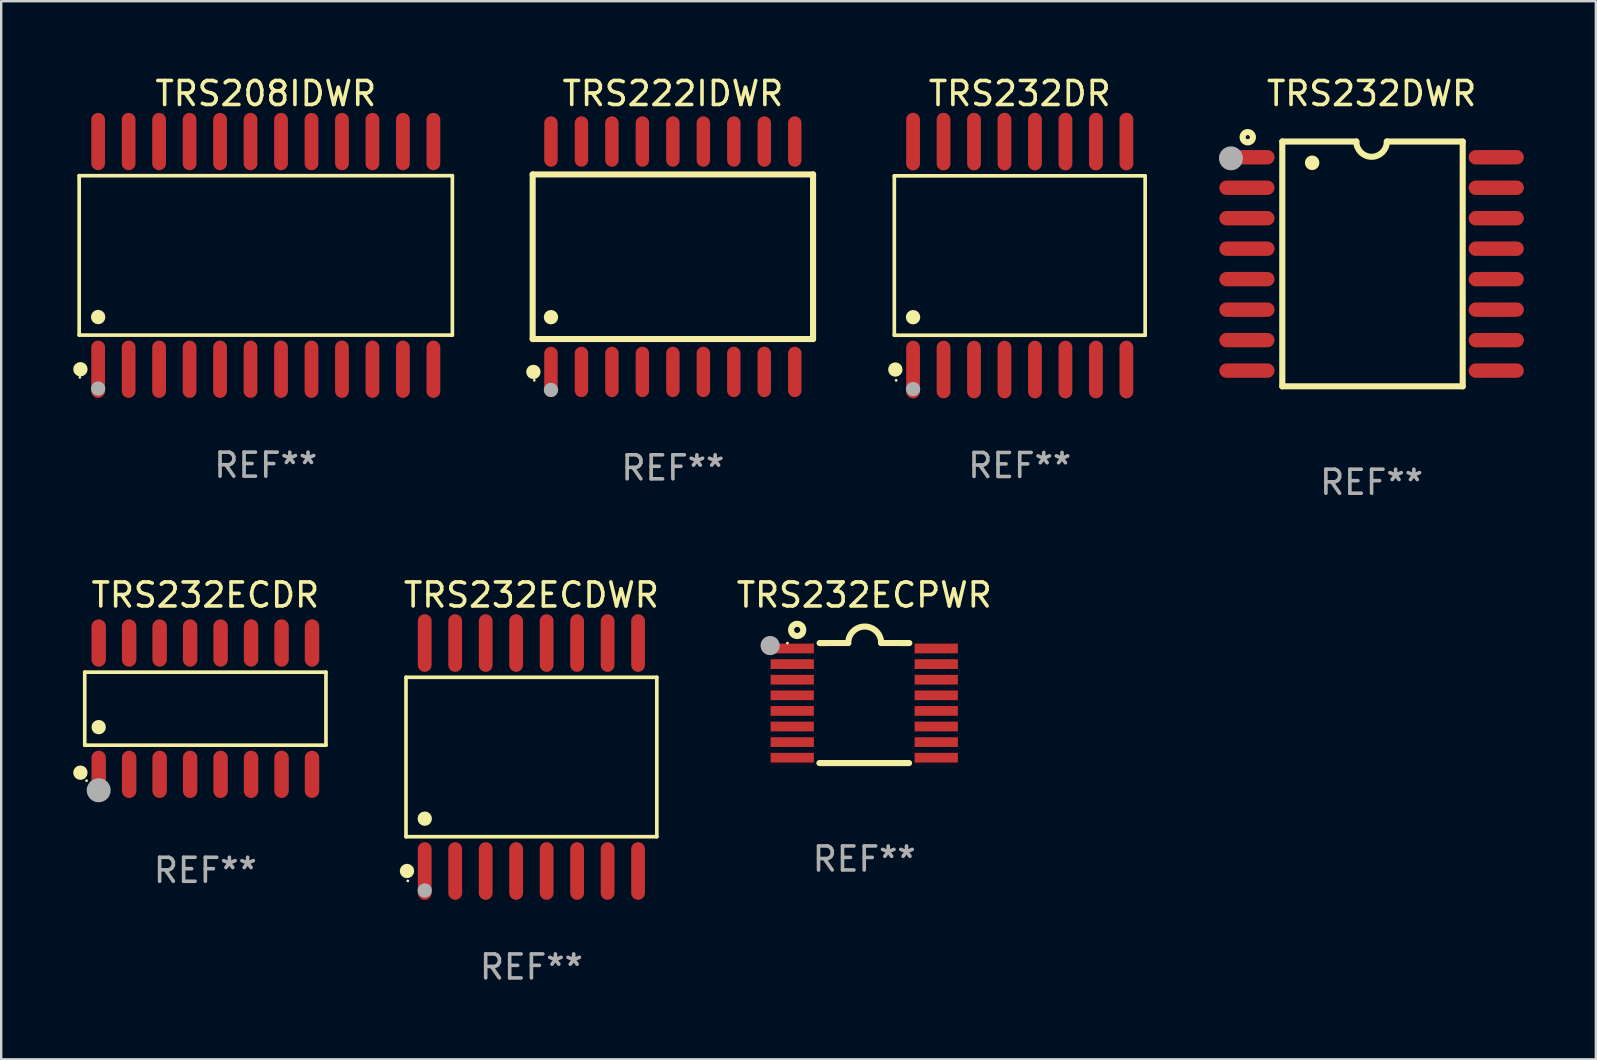
<source format=kicad_pcb>
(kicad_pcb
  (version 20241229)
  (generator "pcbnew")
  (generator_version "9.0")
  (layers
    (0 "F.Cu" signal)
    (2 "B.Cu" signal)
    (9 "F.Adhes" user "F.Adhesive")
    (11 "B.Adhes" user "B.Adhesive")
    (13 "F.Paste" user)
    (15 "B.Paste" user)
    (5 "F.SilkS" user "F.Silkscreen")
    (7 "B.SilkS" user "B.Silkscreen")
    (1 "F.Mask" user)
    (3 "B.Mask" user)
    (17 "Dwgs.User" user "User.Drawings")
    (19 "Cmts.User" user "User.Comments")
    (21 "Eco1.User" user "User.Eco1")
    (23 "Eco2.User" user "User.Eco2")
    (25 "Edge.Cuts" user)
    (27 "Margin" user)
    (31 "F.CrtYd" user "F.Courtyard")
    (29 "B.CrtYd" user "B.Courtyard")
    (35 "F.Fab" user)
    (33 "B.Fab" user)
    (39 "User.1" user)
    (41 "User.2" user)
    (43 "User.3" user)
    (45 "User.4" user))
  (footprint "TRS232DWR"
    (layer "F.Cu")
    (at 54.105 7.948)
    (property "Reference" "TRS232DWR" (at 0 -7.1 0) (layer "F.SilkS") (effects (font (size 1 1) (thickness 0.15))))
    (attr through_hole)
    (fp_line (start -3.721 -5.1) (end -3.721 5.1) (stroke (width 0.254) (type solid)) (layer "F.SilkS"))
    (fp_line (start -3.721 -5.1) (end -0.635 -5.1) (stroke (width 0.254) (type solid)) (layer "F.SilkS"))
    (fp_line (start -3.721 5.1) (end 3.797 5.1) (stroke (width 0.254) (type solid)) (layer "F.SilkS"))
    (fp_line (start 3.797 -5.1) (end 0.635 -5.1) (stroke (width 0.254) (type solid)) (layer "F.SilkS"))
    (fp_line (start 3.797 5.1) (end 3.797 -5.1) (stroke (width 0.254) (type solid)) (layer "F.SilkS"))
    (fp_arc (start -2.476556 -4.211328) (mid -2.476567 -4.213868) (end -2.476556 -4.216408) (stroke (width 0.6) (type solid)) (layer "F.SilkS"))
    (fp_arc (start 0.63495 -5.100076) (mid -0.000178 -4.465329) (end -0.635052 -5.10033) (stroke (width 0.254001) (type solid)) (layer "F.SilkS"))
    (fp_circle (center -5.16 -5.28) (end -4.945 -5.28) (stroke (width 0.254) (type solid)) (fill no) (layer "F.SilkS"))
    (fp_circle (center -5.15 -5.15) (end -5.12 -5.15) (stroke (width 0.06) (type solid)) (fill no) (layer "F.SilkS"))
    (fp_circle (center -5.86 -4.4) (end -5.61 -4.4) (stroke (width 0.5) (type solid)) (fill no) (layer "F.Fab"))
    (fp_text user "REF**" (at 0 9.1 0) (layer "F.Fab") (effects (font (size 1 1) (thickness 0.15))))
    (pad "1" smd oval (at -5.194 -4.445) (size 2.3 0.6) (layers "F.Cu" "F.Mask" "F.Paste"))
    (pad "2" smd oval (at -5.194 -3.175) (size 2.3 0.6) (layers "F.Cu" "F.Mask" "F.Paste"))
    (pad "3" smd oval (at -5.194 -1.905) (size 2.3 0.6) (layers "F.Cu" "F.Mask" "F.Paste"))
    (pad "4" smd oval (at -5.194 -0.635) (size 2.3 0.6) (layers "F.Cu" "F.Mask" "F.Paste"))
    (pad "5" smd oval (at -5.194 0.635) (size 2.3 0.6) (layers "F.Cu" "F.Mask" "F.Paste"))
    (pad "6" smd oval (at -5.194 1.905) (size 2.3 0.6) (layers "F.Cu" "F.Mask" "F.Paste"))
    (pad "7" smd oval (at -5.194 3.175) (size 2.3 0.6) (layers "F.Cu" "F.Mask" "F.Paste"))
    (pad "8" smd oval (at -5.194 4.445) (size 2.3 0.6) (layers "F.Cu" "F.Mask" "F.Paste"))
    (pad "9" smd oval (at 5.194 4.445) (size 2.3 0.6) (layers "F.Cu" "F.Mask" "F.Paste"))
    (pad "10" smd oval (at 5.194 3.175) (size 2.3 0.6) (layers "F.Cu" "F.Mask" "F.Paste"))
    (pad "11" smd oval (at 5.194 1.905) (size 2.3 0.6) (layers "F.Cu" "F.Mask" "F.Paste"))
    (pad "12" smd oval (at 5.194 0.635) (size 2.3 0.6) (layers "F.Cu" "F.Mask" "F.Paste"))
    (pad "13" smd oval (at 5.194 -0.635) (size 2.3 0.6) (layers "F.Cu" "F.Mask" "F.Paste"))
    (pad "14" smd oval (at 5.194 -1.905) (size 2.3 0.6) (layers "F.Cu" "F.Mask" "F.Paste"))
    (pad "15" smd oval (at 5.194 -3.175) (size 2.3 0.6) (layers "F.Cu" "F.Mask" "F.Paste"))
    (pad "16" smd oval (at 5.194 -4.445) (size 2.3 0.6) (layers "F.Cu" "F.Mask" "F.Paste")))
  (footprint "TRS208IDWR"
    (layer "F.Cu")
    (at 8.025 7.592)
    (property "Reference" "TRS208IDWR" (at 0 -6.744 0) (layer "F.SilkS") (effects (font (size 1 1) (thickness 0.15))))
    (attr through_hole)
    (fp_line (start -7.776 -3.321) (end 7.776 -3.321) (stroke (width 0.152) (type solid)) (layer "F.SilkS"))
    (fp_line (start -7.776 3.321) (end -7.776 -3.321) (stroke (width 0.152) (type solid)) (layer "F.SilkS"))
    (fp_line (start 7.776 -3.321) (end 7.776 3.321) (stroke (width 0.152) (type solid)) (layer "F.SilkS"))
    (fp_line (start 7.776 3.321) (end -7.776 3.321) (stroke (width 0.152) (type solid)) (layer "F.SilkS"))
    (fp_circle (center -7.747 5.08) (end -7.717 5.08) (stroke (width 0.06) (type solid)) (fill no) (layer "F.SilkS"))
    (fp_circle (center -7.724 4.744) (end -7.574 4.744) (stroke (width 0.3) (type solid)) (fill no) (layer "F.SilkS"))
    (fp_circle (center -6.985 2.569) (end -6.835 2.569) (stroke (width 0.3) (type solid)) (fill no) (layer "F.SilkS"))
    (fp_circle (center -6.985 5.55) (end -6.835 5.55) (stroke (width 0.3) (type solid)) (fill no) (layer "F.Fab"))
    (fp_text user "REF**" (at 0 8.744 0) (layer "F.Fab") (effects (font (size 1 1) (thickness 0.15))))
    (pad "1" smd oval (at -6.985 4.744) (size 0.574 2.388) (layers "F.Cu" "F.Mask" "F.Paste"))
    (pad "2" smd oval (at -5.715 4.744) (size 0.574 2.388) (layers "F.Cu" "F.Mask" "F.Paste"))
    (pad "3" smd oval (at -4.445 4.744) (size 0.574 2.388) (layers "F.Cu" "F.Mask" "F.Paste"))
    (pad "4" smd oval (at -3.175 4.744) (size 0.574 2.388) (layers "F.Cu" "F.Mask" "F.Paste"))
    (pad "5" smd oval (at -1.905 4.744) (size 0.574 2.388) (layers "F.Cu" "F.Mask" "F.Paste"))
    (pad "6" smd oval (at -0.635 4.744) (size 0.574 2.388) (layers "F.Cu" "F.Mask" "F.Paste"))
    (pad "7" smd oval (at 0.635 4.744) (size 0.574 2.388) (layers "F.Cu" "F.Mask" "F.Paste"))
    (pad "8" smd oval (at 1.905 4.744) (size 0.574 2.388) (layers "F.Cu" "F.Mask" "F.Paste"))
    (pad "9" smd oval (at 3.175 4.744) (size 0.574 2.388) (layers "F.Cu" "F.Mask" "F.Paste"))
    (pad "10" smd oval (at 4.445 4.744) (size 0.574 2.388) (layers "F.Cu" "F.Mask" "F.Paste"))
    (pad "11" smd oval (at 5.715 4.744) (size 0.574 2.388) (layers "F.Cu" "F.Mask" "F.Paste"))
    (pad "12" smd oval (at 6.985 4.744) (size 0.574 2.388) (layers "F.Cu" "F.Mask" "F.Paste"))
    (pad "13" smd oval (at 6.985 -4.744) (size 0.574 2.388) (layers "F.Cu" "F.Mask" "F.Paste"))
    (pad "14" smd oval (at 5.715 -4.744) (size 0.574 2.388) (layers "F.Cu" "F.Mask" "F.Paste"))
    (pad "15" smd oval (at 4.445 -4.744) (size 0.574 2.388) (layers "F.Cu" "F.Mask" "F.Paste"))
    (pad "16" smd oval (at 3.175 -4.744) (size 0.574 2.388) (layers "F.Cu" "F.Mask" "F.Paste"))
    (pad "17" smd oval (at 1.905 -4.744) (size 0.574 2.388) (layers "F.Cu" "F.Mask" "F.Paste"))
    (pad "18" smd oval (at 0.635 -4.744) (size 0.574 2.388) (layers "F.Cu" "F.Mask" "F.Paste"))
    (pad "19" smd oval (at -0.635 -4.744) (size 0.574 2.388) (layers "F.Cu" "F.Mask" "F.Paste"))
    (pad "20" smd oval (at -1.905 -4.744) (size 0.574 2.388) (layers "F.Cu" "F.Mask" "F.Paste"))
    (pad "21" smd oval (at -3.175 -4.744) (size 0.574 2.388) (layers "F.Cu" "F.Mask" "F.Paste"))
    (pad "22" smd oval (at -4.445 -4.744) (size 0.574 2.388) (layers "F.Cu" "F.Mask" "F.Paste"))
    (pad "23" smd oval (at -5.715 -4.744) (size 0.574 2.388) (layers "F.Cu" "F.Mask" "F.Paste"))
    (pad "24" smd oval (at -6.985 -4.744) (size 0.574 2.388) (layers "F.Cu" "F.Mask" "F.Paste")))
  (footprint "TRS232DR"
    (layer "F.Cu")
    (at 39.443 7.599)
    (property "Reference" "TRS232DR" (at 0 -6.75 0) (layer "F.SilkS") (effects (font (size 1 1) (thickness 0.15))))
    (attr through_hole)
    (fp_line (start -5.226 -3.321) (end 5.226 -3.321) (stroke (width 0.152) (type solid)) (layer "F.SilkS"))
    (fp_line (start -5.226 3.321) (end -5.226 -3.321) (stroke (width 0.152) (type solid)) (layer "F.SilkS"))
    (fp_line (start 5.226 -3.321) (end 5.226 3.321) (stroke (width 0.152) (type solid)) (layer "F.SilkS"))
    (fp_line (start 5.226 3.321) (end -5.226 3.321) (stroke (width 0.152) (type solid)) (layer "F.SilkS"))
    (fp_circle (center -5.184 4.75) (end -5.034 4.75) (stroke (width 0.3) (type solid)) (fill no) (layer "F.SilkS"))
    (fp_circle (center -5.15 5.2) (end -5.12 5.2) (stroke (width 0.06) (type solid)) (fill no) (layer "F.SilkS"))
    (fp_circle (center -4.445 2.569) (end -4.295 2.569) (stroke (width 0.3) (type solid)) (fill no) (layer "F.SilkS"))
    (fp_circle (center -4.445 5.563) (end -4.295 5.563) (stroke (width 0.3) (type solid)) (fill no) (layer "F.Fab"))
    (fp_text user "REF**" (at 0 8.75 0) (layer "F.Fab") (effects (font (size 1 1) (thickness 0.15))))
    (pad "1" smd oval (at -4.445 4.75) (size 0.574 2.401) (layers "F.Cu" "F.Mask" "F.Paste"))
    (pad "2" smd oval (at -3.175 4.75) (size 0.574 2.401) (layers "F.Cu" "F.Mask" "F.Paste"))
    (pad "3" smd oval (at -1.905 4.75) (size 0.574 2.401) (layers "F.Cu" "F.Mask" "F.Paste"))
    (pad "4" smd oval (at -0.635 4.75) (size 0.574 2.401) (layers "F.Cu" "F.Mask" "F.Paste"))
    (pad "5" smd oval (at 0.635 4.75) (size 0.574 2.401) (layers "F.Cu" "F.Mask" "F.Paste"))
    (pad "6" smd oval (at 1.905 4.75) (size 0.574 2.401) (layers "F.Cu" "F.Mask" "F.Paste"))
    (pad "7" smd oval (at 3.175 4.75) (size 0.574 2.401) (layers "F.Cu" "F.Mask" "F.Paste"))
    (pad "8" smd oval (at 4.445 4.75) (size 0.574 2.401) (layers "F.Cu" "F.Mask" "F.Paste"))
    (pad "9" smd oval (at 4.445 -4.75) (size 0.574 2.401) (layers "F.Cu" "F.Mask" "F.Paste"))
    (pad "10" smd oval (at 3.175 -4.75) (size 0.574 2.401) (layers "F.Cu" "F.Mask" "F.Paste"))
    (pad "11" smd oval (at 1.905 -4.75) (size 0.574 2.401) (layers "F.Cu" "F.Mask" "F.Paste"))
    (pad "12" smd oval (at 0.635 -4.75) (size 0.574 2.401) (layers "F.Cu" "F.Mask" "F.Paste"))
    (pad "13" smd oval (at -0.635 -4.75) (size 0.574 2.401) (layers "F.Cu" "F.Mask" "F.Paste"))
    (pad "14" smd oval (at -1.905 -4.75) (size 0.574 2.401) (layers "F.Cu" "F.Mask" "F.Paste"))
    (pad "15" smd oval (at -3.175 -4.75) (size 0.574 2.401) (layers "F.Cu" "F.Mask" "F.Paste"))
    (pad "16" smd oval (at -4.445 -4.75) (size 0.574 2.401) (layers "F.Cu" "F.Mask" "F.Paste")))
  (footprint "TRS222IDWR"
    (layer "F.Cu")
    (at 24.989 7.648)
    (property "Reference" "TRS222IDWR" (at 0 -6.8 0) (layer "F.SilkS") (effects (font (size 1 1) (thickness 0.15))))
    (attr through_hole)
    (fp_line (start -5.842 -3.429) (end -5.842 3.429) (stroke (width 0.254) (type solid)) (layer "F.SilkS"))
    (fp_line (start -5.842 3.429) (end 5.842 3.429) (stroke (width 0.254) (type solid)) (layer "F.SilkS"))
    (fp_line (start 5.842 -3.429) (end -5.842 -3.429) (stroke (width 0.254) (type solid)) (layer "F.SilkS"))
    (fp_line (start 5.842 3.429) (end 5.842 -3.429) (stroke (width 0.254) (type solid)) (layer "F.SilkS"))
    (fp_circle (center -5.812 4.8) (end -5.662 4.8) (stroke (width 0.3) (type solid)) (fill no) (layer "F.SilkS"))
    (fp_circle (center -5.775 5.15) (end -5.745 5.15) (stroke (width 0.06) (type solid)) (fill no) (layer "F.SilkS"))
    (fp_circle (center -5.08 2.519) (end -4.93 2.519) (stroke (width 0.3) (type solid)) (fill no) (layer "F.SilkS"))
    (fp_circle (center -5.08 5.55) (end -4.93 5.55) (stroke (width 0.3) (type solid)) (fill no) (layer "F.Fab"))
    (fp_text user "REF**" (at 0 8.8 0) (layer "F.Fab") (effects (font (size 1 1) (thickness 0.15))))
    (pad "1" smd oval (at -5.08 4.8) (size 0.56 2.1) (layers "F.Cu" "F.Mask" "F.Paste"))
    (pad "2" smd oval (at -3.81 4.8) (size 0.56 2.1) (layers "F.Cu" "F.Mask" "F.Paste"))
    (pad "3" smd oval (at -2.54 4.8) (size 0.56 2.1) (layers "F.Cu" "F.Mask" "F.Paste"))
    (pad "4" smd oval (at -1.27 4.8) (size 0.56 2.1) (layers "F.Cu" "F.Mask" "F.Paste"))
    (pad "5" smd oval (at 0 4.8) (size 0.56 2.1) (layers "F.Cu" "F.Mask" "F.Paste"))
    (pad "6" smd oval (at 1.27 4.8) (size 0.56 2.1) (layers "F.Cu" "F.Mask" "F.Paste"))
    (pad "7" smd oval (at 2.54 4.8) (size 0.56 2.1) (layers "F.Cu" "F.Mask" "F.Paste"))
    (pad "8" smd oval (at 3.81 4.8) (size 0.56 2.1) (layers "F.Cu" "F.Mask" "F.Paste"))
    (pad "9" smd oval (at 5.08 4.8) (size 0.56 2.1) (layers "F.Cu" "F.Mask" "F.Paste"))
    (pad "10" smd oval (at 5.08 -4.8) (size 0.56 2.1) (layers "F.Cu" "F.Mask" "F.Paste"))
    (pad "11" smd oval (at 3.81 -4.8) (size 0.56 2.1) (layers "F.Cu" "F.Mask" "F.Paste"))
    (pad "12" smd oval (at 2.54 -4.8) (size 0.56 2.1) (layers "F.Cu" "F.Mask" "F.Paste"))
    (pad "13" smd oval (at 1.27 -4.8) (size 0.56 2.1) (layers "F.Cu" "F.Mask" "F.Paste"))
    (pad "14" smd oval (at 0 -4.8) (size 0.56 2.1) (layers "F.Cu" "F.Mask" "F.Paste"))
    (pad "15" smd oval (at -1.27 -4.8) (size 0.56 2.1) (layers "F.Cu" "F.Mask" "F.Paste"))
    (pad "16" smd oval (at -2.54 -4.8) (size 0.56 2.1) (layers "F.Cu" "F.Mask" "F.Paste"))
    (pad "17" smd oval (at -3.81 -4.8) (size 0.56 2.1) (layers "F.Cu" "F.Mask" "F.Paste"))
    (pad "18" smd oval (at -5.08 -4.8) (size 0.56 2.1) (layers "F.Cu" "F.Mask" "F.Paste")))
  (footprint "TRS232ECDR"
    (layer "F.Cu")
    (at 5.507 26.481)
    (property "Reference" "TRS232ECDR" (at 0 -4.736 0) (layer "F.SilkS") (effects (font (size 1 1) (thickness 0.15))))
    (attr through_hole)
    (fp_line (start -5.026 -1.521) (end 5.026 -1.521) (stroke (width 0.152) (type solid)) (layer "F.SilkS"))
    (fp_line (start -5.026 1.521) (end -5.026 -1.521) (stroke (width 0.152) (type solid)) (layer "F.SilkS"))
    (fp_line (start 5.026 -1.521) (end 5.026 1.521) (stroke (width 0.152) (type solid)) (layer "F.SilkS"))
    (fp_line (start 5.026 1.521) (end -5.026 1.521) (stroke (width 0.152) (type solid)) (layer "F.SilkS"))
    (fp_circle (center -5.207 2.667) (end -5.057 2.667) (stroke (width 0.3) (type solid)) (fill no) (layer "F.SilkS"))
    (fp_circle (center -4.95 3) (end -4.92 3) (stroke (width 0.06) (type solid)) (fill no) (layer "F.SilkS"))
    (fp_circle (center -4.445 0.769) (end -4.295 0.769) (stroke (width 0.3) (type solid)) (fill no) (layer "F.SilkS"))
    (fp_circle (center -4.445 3.4) (end -4.195 3.4) (stroke (width 0.5) (type solid)) (fill no) (layer "F.Fab"))
    (fp_text user "REF**" (at 0 6.736 0) (layer "F.Fab") (effects (font (size 1 1) (thickness 0.15))))
    (pad "1" smd oval (at -4.445 2.736) (size 0.602 1.971) (layers "F.Cu" "F.Mask" "F.Paste"))
    (pad "2" smd oval (at -3.175 2.736) (size 0.602 1.971) (layers "F.Cu" "F.Mask" "F.Paste"))
    (pad "3" smd oval (at -1.905 2.736) (size 0.602 1.971) (layers "F.Cu" "F.Mask" "F.Paste"))
    (pad "4" smd oval (at -0.635 2.736) (size 0.602 1.971) (layers "F.Cu" "F.Mask" "F.Paste"))
    (pad "5" smd oval (at 0.635 2.736) (size 0.602 1.971) (layers "F.Cu" "F.Mask" "F.Paste"))
    (pad "6" smd oval (at 1.905 2.736) (size 0.602 1.971) (layers "F.Cu" "F.Mask" "F.Paste"))
    (pad "7" smd oval (at 3.175 2.736) (size 0.602 1.971) (layers "F.Cu" "F.Mask" "F.Paste"))
    (pad "8" smd oval (at 4.445 2.736) (size 0.602 1.971) (layers "F.Cu" "F.Mask" "F.Paste"))
    (pad "9" smd oval (at 4.445 -2.736) (size 0.602 1.971) (layers "F.Cu" "F.Mask" "F.Paste"))
    (pad "10" smd oval (at 3.175 -2.736) (size 0.602 1.971) (layers "F.Cu" "F.Mask" "F.Paste"))
    (pad "11" smd oval (at 1.905 -2.736) (size 0.602 1.971) (layers "F.Cu" "F.Mask" "F.Paste"))
    (pad "12" smd oval (at 0.635 -2.736) (size 0.602 1.971) (layers "F.Cu" "F.Mask" "F.Paste"))
    (pad "13" smd oval (at -0.635 -2.736) (size 0.602 1.971) (layers "F.Cu" "F.Mask" "F.Paste"))
    (pad "14" smd oval (at -1.905 -2.736) (size 0.602 1.971) (layers "F.Cu" "F.Mask" "F.Paste"))
    (pad "15" smd oval (at -3.175 -2.736) (size 0.602 1.971) (layers "F.Cu" "F.Mask" "F.Paste"))
    (pad "16" smd oval (at -4.445 -2.736) (size 0.602 1.971) (layers "F.Cu" "F.Mask" "F.Paste")))
  (footprint "TRS232ECPWR"
    (layer "F.Cu")
    (at 32.963 26.246)
    (property "Reference" "TRS232ECPWR" (at 0 -4.501 0) (layer "F.SilkS") (effects (font (size 1 1) (thickness 0.15))))
    (attr through_hole)
    (fp_line (start -1.868 2.501) (end 1.868 2.501) (stroke (width 0.254) (type solid)) (layer "F.SilkS"))
    (fp_line (start -1.86 -2.499) (end -0.666 -2.501) (stroke (width 0.254) (type solid)) (layer "F.SilkS"))
    (fp_line (start 0.706 -2.501) (end 1.88 -2.499) (stroke (width 0.254) (type solid)) (layer "F.SilkS"))
    (fp_arc (start -0.665914 -2.501448) (mid 0.019888 -3.18725) (end 0.70569 -2.501448) (stroke (width 0.254001) (type solid)) (layer "F.SilkS"))
    (fp_circle (center -3.2 -2.497) (end -3.17 -2.497) (stroke (width 0.06) (type solid)) (fill no) (layer "F.SilkS"))
    (fp_circle (center -2.794 -3.047) (end -2.54 -3.047) (stroke (width 0.254) (type solid)) (fill no) (layer "F.SilkS"))
    (fp_circle (center -3.921 -2.395) (end -3.721 -2.395) (stroke (width 0.4) (type solid)) (fill no) (layer "F.Fab"))
    (fp_text user "REF**" (at 0 6.501 0) (layer "F.Fab") (effects (font (size 1 1) (thickness 0.15))))
    (pad "1" smd rect (at -3 -2.272) (size 1.803 0.406) (layers "F.Cu" "F.Mask" "F.Paste"))
    (pad "2" smd rect (at -3 -1.622) (size 1.803 0.406) (layers "F.Cu" "F.Mask" "F.Paste"))
    (pad "3" smd rect (at -3 -0.972) (size 1.803 0.406) (layers "F.Cu" "F.Mask" "F.Paste"))
    (pad "4" smd rect (at -3 -0.322) (size 1.803 0.406) (layers "F.Cu" "F.Mask" "F.Paste"))
    (pad "5" smd rect (at -3 0.328) (size 1.803 0.406) (layers "F.Cu" "F.Mask" "F.Paste"))
    (pad "6" smd rect (at -3 0.978) (size 1.803 0.406) (layers "F.Cu" "F.Mask" "F.Paste"))
    (pad "7" smd rect (at -3 1.628) (size 1.803 0.406) (layers "F.Cu" "F.Mask" "F.Paste"))
    (pad "8" smd rect (at -3 2.278) (size 1.803 0.406) (layers "F.Cu" "F.Mask" "F.Paste"))
    (pad "9" smd rect (at 3 2.278) (size 1.803 0.406) (layers "F.Cu" "F.Mask" "F.Paste"))
    (pad "10" smd rect (at 3 1.628) (size 1.803 0.406) (layers "F.Cu" "F.Mask" "F.Paste"))
    (pad "11" smd rect (at 3 0.978) (size 1.803 0.406) (layers "F.Cu" "F.Mask" "F.Paste"))
    (pad "12" smd rect (at 3 0.328) (size 1.803 0.406) (layers "F.Cu" "F.Mask" "F.Paste"))
    (pad "13" smd rect (at 3 -0.322) (size 1.803 0.406) (layers "F.Cu" "F.Mask" "F.Paste"))
    (pad "14" smd rect (at 3 -0.972) (size 1.803 0.406) (layers "F.Cu" "F.Mask" "F.Paste"))
    (pad "15" smd rect (at 3 -1.622) (size 1.803 0.406) (layers "F.Cu" "F.Mask" "F.Paste"))
    (pad "16" smd rect (at 3 -2.272) (size 1.803 0.406) (layers "F.Cu" "F.Mask" "F.Paste")))
  (footprint "TRS232ECDWR"
    (layer "F.Cu")
    (at 19.094 28.495)
    (property "Reference" "TRS232ECDWR" (at 0 -6.75 0) (layer "F.SilkS") (effects (font (size 1 1) (thickness 0.15))))
    (attr through_hole)
    (fp_line (start -5.226 -3.321) (end 5.226 -3.321) (stroke (width 0.152) (type solid)) (layer "F.SilkS"))
    (fp_line (start -5.226 3.321) (end -5.226 -3.321) (stroke (width 0.152) (type solid)) (layer "F.SilkS"))
    (fp_line (start 5.226 -3.321) (end 5.226 3.321) (stroke (width 0.152) (type solid)) (layer "F.SilkS"))
    (fp_line (start 5.226 3.321) (end -5.226 3.321) (stroke (width 0.152) (type solid)) (layer "F.SilkS"))
    (fp_circle (center -5.184 4.75) (end -5.034 4.75) (stroke (width 0.3) (type solid)) (fill no) (layer "F.SilkS"))
    (fp_circle (center -5.15 5.163) (end -5.12 5.163) (stroke (width 0.06) (type solid)) (fill no) (layer "F.SilkS"))
    (fp_circle (center -4.445 2.569) (end -4.295 2.569) (stroke (width 0.3) (type solid)) (fill no) (layer "F.SilkS"))
    (fp_circle (center -4.445 5.563) (end -4.295 5.563) (stroke (width 0.3) (type solid)) (fill no) (layer "F.Fab"))
    (fp_text user "REF**" (at 0 8.75 0) (layer "F.Fab") (effects (font (size 1 1) (thickness 0.15))))
    (pad "1" smd oval (at -4.445 4.75) (size 0.574 2.401) (layers "F.Cu" "F.Mask" "F.Paste"))
    (pad "2" smd oval (at -3.175 4.75) (size 0.574 2.401) (layers "F.Cu" "F.Mask" "F.Paste"))
    (pad "3" smd oval (at -1.905 4.75) (size 0.574 2.401) (layers "F.Cu" "F.Mask" "F.Paste"))
    (pad "4" smd oval (at -0.635 4.75) (size 0.574 2.401) (layers "F.Cu" "F.Mask" "F.Paste"))
    (pad "5" smd oval (at 0.635 4.75) (size 0.574 2.401) (layers "F.Cu" "F.Mask" "F.Paste"))
    (pad "6" smd oval (at 1.905 4.75) (size 0.574 2.401) (layers "F.Cu" "F.Mask" "F.Paste"))
    (pad "7" smd oval (at 3.175 4.75) (size 0.574 2.401) (layers "F.Cu" "F.Mask" "F.Paste"))
    (pad "8" smd oval (at 4.445 4.75) (size 0.574 2.401) (layers "F.Cu" "F.Mask" "F.Paste"))
    (pad "9" smd oval (at 4.445 -4.75) (size 0.574 2.401) (layers "F.Cu" "F.Mask" "F.Paste"))
    (pad "10" smd oval (at 3.175 -4.75) (size 0.574 2.401) (layers "F.Cu" "F.Mask" "F.Paste"))
    (pad "11" smd oval (at 1.905 -4.75) (size 0.574 2.401) (layers "F.Cu" "F.Mask" "F.Paste"))
    (pad "12" smd oval (at 0.635 -4.75) (size 0.574 2.401) (layers "F.Cu" "F.Mask" "F.Paste"))
    (pad "13" smd oval (at -0.635 -4.75) (size 0.574 2.401) (layers "F.Cu" "F.Mask" "F.Paste"))
    (pad "14" smd oval (at -1.905 -4.75) (size 0.574 2.401) (layers "F.Cu" "F.Mask" "F.Paste"))
    (pad "15" smd oval (at -3.175 -4.75) (size 0.574 2.401) (layers "F.Cu" "F.Mask" "F.Paste"))
    (pad "16" smd oval (at -4.445 -4.75) (size 0.574 2.401) (layers "F.Cu" "F.Mask" "F.Paste")))
  (gr_rect
    (start -3 -3)
    (end 63.45 41.094)
    (stroke (width 0.1) (type default))
    (fill no)
    (layer "Edge.Cuts")))
</source>
